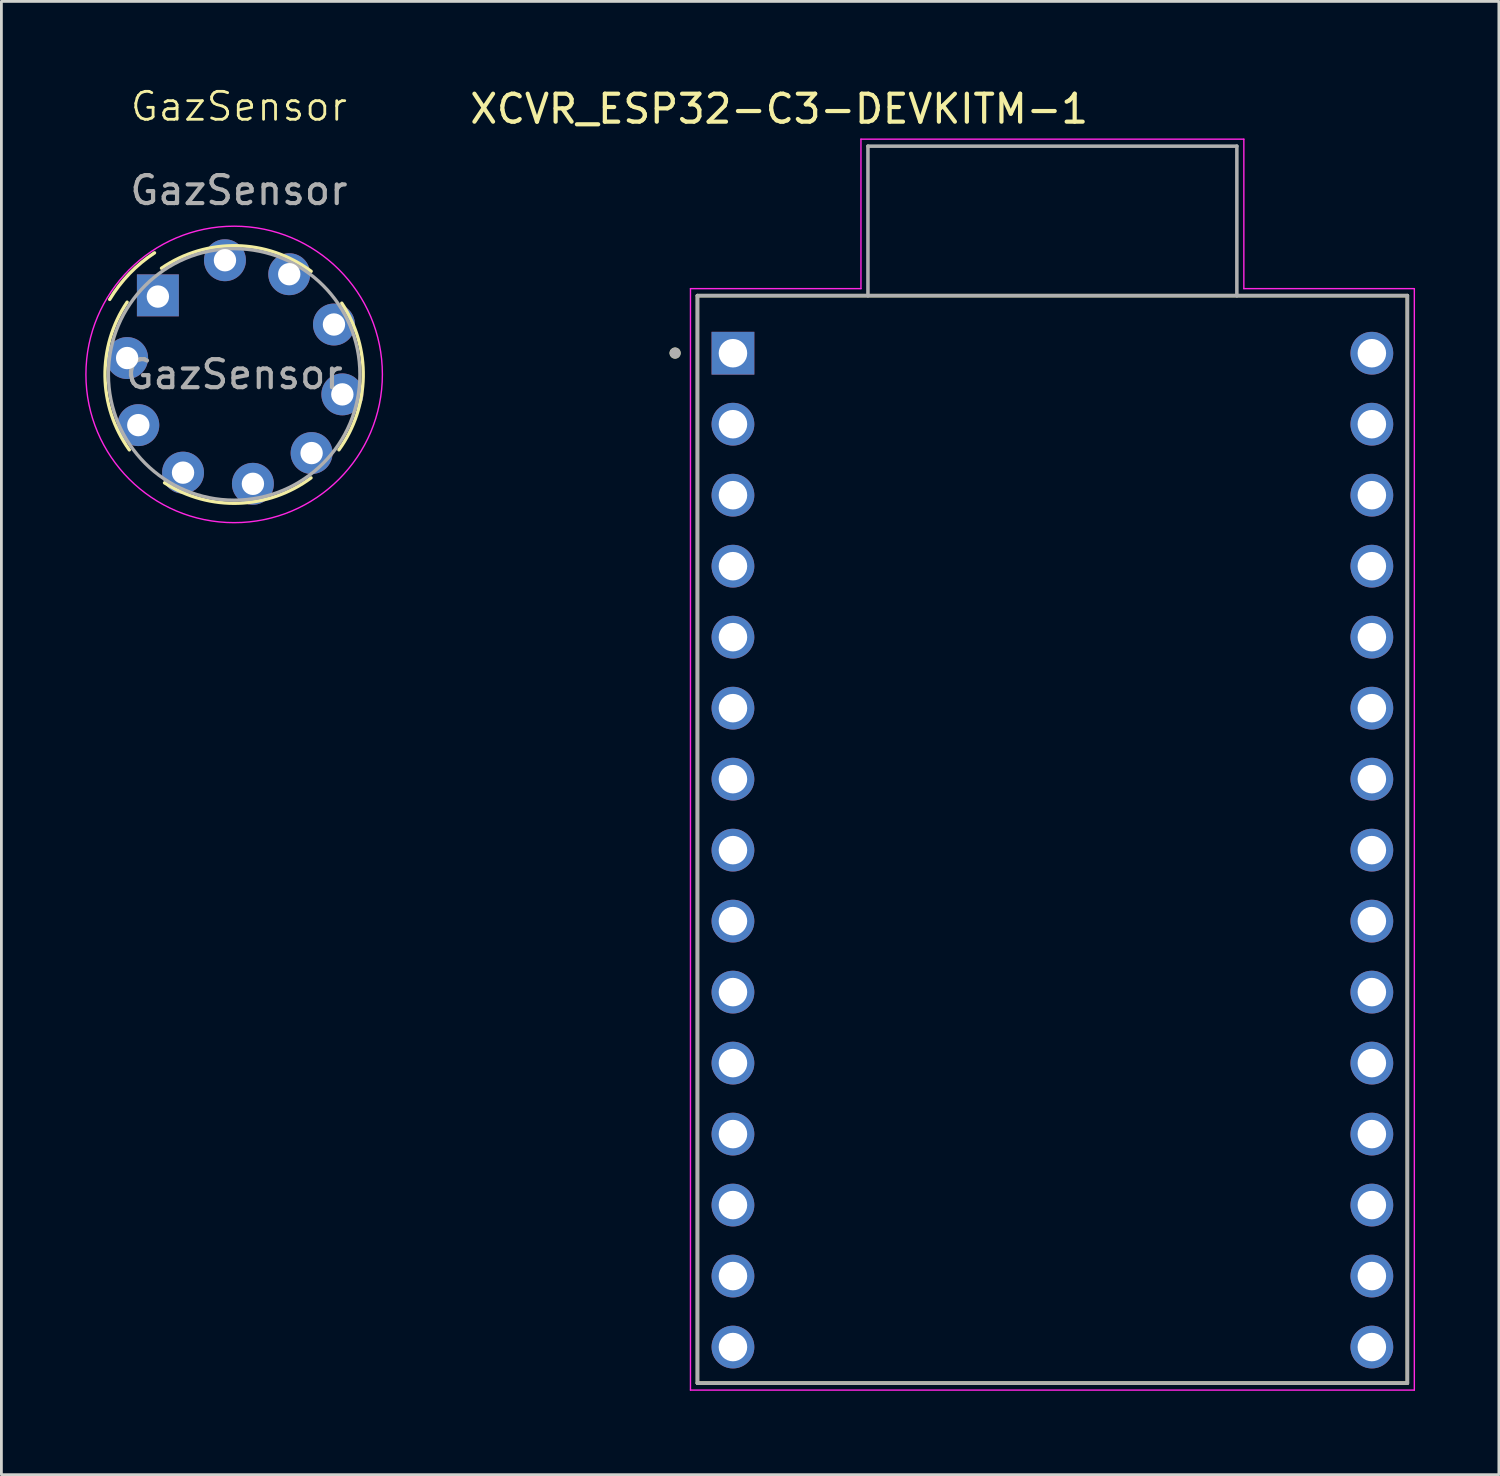
<source format=kicad_pcb>
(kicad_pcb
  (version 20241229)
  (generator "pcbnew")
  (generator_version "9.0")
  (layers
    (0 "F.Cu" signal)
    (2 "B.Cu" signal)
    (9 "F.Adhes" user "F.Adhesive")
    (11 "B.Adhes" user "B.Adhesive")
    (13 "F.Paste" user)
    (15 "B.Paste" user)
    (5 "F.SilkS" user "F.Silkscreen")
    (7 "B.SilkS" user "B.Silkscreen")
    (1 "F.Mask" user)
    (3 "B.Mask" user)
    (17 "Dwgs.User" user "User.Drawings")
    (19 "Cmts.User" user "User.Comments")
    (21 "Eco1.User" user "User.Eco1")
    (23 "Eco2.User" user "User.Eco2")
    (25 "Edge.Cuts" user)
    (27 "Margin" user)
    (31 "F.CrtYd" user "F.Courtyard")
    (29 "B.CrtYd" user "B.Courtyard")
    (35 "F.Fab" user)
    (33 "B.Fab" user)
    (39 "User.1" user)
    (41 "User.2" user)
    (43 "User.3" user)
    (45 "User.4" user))
  (footprint "XCVR_ESP32-C3-DEVKITM-1"
    (layer "F.Cu")
    (at 34.605 26.983)
    (property "Reference" "XCVR_ESP32-C3-DEVKITM-1" (at -9.775 -26.135 0) (layer "F.SilkS") (effects (font (size 1 1) (thickness 0.15))))
    (attr through_hole)
    (fp_line (start -12.7 -19.455) (end 12.7 -19.455) (stroke (width 0.127) (type solid)) (layer "F.SilkS"))
    (fp_line (start -12.7 19.455) (end -12.7 -19.455) (stroke (width 0.127) (type solid)) (layer "F.SilkS"))
    (fp_line (start 12.7 -19.455) (end 12.7 19.455) (stroke (width 0.127) (type solid)) (layer "F.SilkS"))
    (fp_line (start 12.7 19.455) (end -12.7 19.455) (stroke (width 0.127) (type solid)) (layer "F.SilkS"))
    (fp_circle (center -13.5 -17.4) (end -13.4 -17.4) (stroke (width 0.2) (type solid)) (fill no) (layer "F.SilkS"))
    (fp_line (start -12.95 -19.705) (end -12.95 19.705) (stroke (width 0.05) (type solid)) (layer "F.CrtYd"))
    (fp_line (start -12.95 19.705) (end 12.95 19.705) (stroke (width 0.05) (type solid)) (layer "F.CrtYd"))
    (fp_line (start -6.85 -25.053) (end -6.85 -19.705) (stroke (width 0.05) (type solid)) (layer "F.CrtYd"))
    (fp_line (start -6.85 -19.705) (end -12.95 -19.705) (stroke (width 0.05) (type solid)) (layer "F.CrtYd"))
    (fp_line (start 6.85 -25.053) (end -6.85 -25.053) (stroke (width 0.05) (type solid)) (layer "F.CrtYd"))
    (fp_line (start 6.85 -19.705) (end 6.85 -25.053) (stroke (width 0.05) (type solid)) (layer "F.CrtYd"))
    (fp_line (start 12.95 -19.705) (end 6.85 -19.705) (stroke (width 0.05) (type solid)) (layer "F.CrtYd"))
    (fp_line (start 12.95 19.705) (end 12.95 -19.705) (stroke (width 0.05) (type solid)) (layer "F.CrtYd"))
    (fp_line (start -12.7 -19.455) (end -6.6 -19.455) (stroke (width 0.127) (type solid)) (layer "F.Fab"))
    (fp_line (start -12.7 19.455) (end -12.7 -19.455) (stroke (width 0.127) (type solid)) (layer "F.Fab"))
    (fp_line (start -6.6 -24.803) (end 6.6 -24.803) (stroke (width 0.127) (type solid)) (layer "F.Fab"))
    (fp_line (start -6.6 -19.455) (end -6.6 -24.803) (stroke (width 0.127) (type solid)) (layer "F.Fab"))
    (fp_line (start -6.6 -19.455) (end 6.6 -19.455) (stroke (width 0.127) (type solid)) (layer "F.Fab"))
    (fp_line (start 6.6 -24.803) (end 6.6 -19.455) (stroke (width 0.127) (type solid)) (layer "F.Fab"))
    (fp_line (start 6.6 -19.455) (end 12.7 -19.455) (stroke (width 0.127) (type solid)) (layer "F.Fab"))
    (fp_line (start 12.7 -19.455) (end 12.7 19.455) (stroke (width 0.127) (type solid)) (layer "F.Fab"))
    (fp_line (start 12.7 19.455) (end -12.7 19.455) (stroke (width 0.127) (type solid)) (layer "F.Fab"))
    (fp_circle (center -13.5 -17.4) (end -13.4 -17.4) (stroke (width 0.2) (type solid)) (fill no) (layer "F.Fab"))
    (pad "1" thru_hole rect (at -11.43 -17.395) (size 1.53 1.53) (drill 1.02) (layers "*.Cu" "*.Mask"))
    (pad "2" thru_hole circle (at -11.43 -14.855) (size 1.53 1.53) (drill 1.02) (layers "*.Cu" "*.Mask"))
    (pad "3" thru_hole circle (at -11.43 -12.315) (size 1.53 1.53) (drill 1.02) (layers "*.Cu" "*.Mask"))
    (pad "4" thru_hole circle (at -11.43 -9.775) (size 1.53 1.53) (drill 1.02) (layers "*.Cu" "*.Mask"))
    (pad "5" thru_hole circle (at -11.43 -7.235) (size 1.53 1.53) (drill 1.02) (layers "*.Cu" "*.Mask"))
    (pad "6" thru_hole circle (at -11.43 -4.695) (size 1.53 1.53) (drill 1.02) (layers "*.Cu" "*.Mask"))
    (pad "7" thru_hole circle (at -11.43 -2.155) (size 1.53 1.53) (drill 1.02) (layers "*.Cu" "*.Mask"))
    (pad "8" thru_hole circle (at -11.43 0.385) (size 1.53 1.53) (drill 1.02) (layers "*.Cu" "*.Mask"))
    (pad "9" thru_hole circle (at -11.43 2.925) (size 1.53 1.53) (drill 1.02) (layers "*.Cu" "*.Mask"))
    (pad "10" thru_hole circle (at -11.43 5.465) (size 1.53 1.53) (drill 1.02) (layers "*.Cu" "*.Mask"))
    (pad "11" thru_hole circle (at -11.43 8.005) (size 1.53 1.53) (drill 1.02) (layers "*.Cu" "*.Mask"))
    (pad "12" thru_hole circle (at -11.43 10.545) (size 1.53 1.53) (drill 1.02) (layers "*.Cu" "*.Mask"))
    (pad "13" thru_hole circle (at -11.43 13.085) (size 1.53 1.53) (drill 1.02) (layers "*.Cu" "*.Mask"))
    (pad "14" thru_hole circle (at -11.43 15.625) (size 1.53 1.53) (drill 1.02) (layers "*.Cu" "*.Mask"))
    (pad "15" thru_hole circle (at -11.43 18.165) (size 1.53 1.53) (drill 1.02) (layers "*.Cu" "*.Mask"))
    (pad "16" thru_hole circle (at 11.43 -17.395) (size 1.53 1.53) (drill 1.02) (layers "*.Cu" "*.Mask"))
    (pad "17" thru_hole circle (at 11.43 -14.855) (size 1.53 1.53) (drill 1.02) (layers "*.Cu" "*.Mask"))
    (pad "18" thru_hole circle (at 11.43 -12.315) (size 1.53 1.53) (drill 1.02) (layers "*.Cu" "*.Mask"))
    (pad "19" thru_hole circle (at 11.43 -9.775) (size 1.53 1.53) (drill 1.02) (layers "*.Cu" "*.Mask"))
    (pad "20" thru_hole circle (at 11.43 -7.235) (size 1.53 1.53) (drill 1.02) (layers "*.Cu" "*.Mask"))
    (pad "21" thru_hole circle (at 11.43 -4.695) (size 1.53 1.53) (drill 1.02) (layers "*.Cu" "*.Mask"))
    (pad "22" thru_hole circle (at 11.43 -2.155) (size 1.53 1.53) (drill 1.02) (layers "*.Cu" "*.Mask"))
    (pad "23" thru_hole circle (at 11.43 0.385) (size 1.53 1.53) (drill 1.02) (layers "*.Cu" "*.Mask"))
    (pad "24" thru_hole circle (at 11.43 2.925) (size 1.53 1.53) (drill 1.02) (layers "*.Cu" "*.Mask"))
    (pad "25" thru_hole circle (at 11.43 5.465) (size 1.53 1.53) (drill 1.02) (layers "*.Cu" "*.Mask"))
    (pad "26" thru_hole circle (at 11.43 8.005) (size 1.53 1.53) (drill 1.02) (layers "*.Cu" "*.Mask"))
    (pad "27" thru_hole circle (at 11.43 10.545) (size 1.53 1.53) (drill 1.02) (layers "*.Cu" "*.Mask"))
    (pad "28" thru_hole circle (at 11.43 13.085) (size 1.53 1.53) (drill 1.02) (layers "*.Cu" "*.Mask"))
    (pad "29" thru_hole circle (at 11.43 15.625) (size 1.53 1.53) (drill 1.02) (layers "*.Cu" "*.Mask"))
    (pad "30" thru_hole circle (at 11.43 18.165) (size 1.53 1.53) (drill 1.02) (layers "*.Cu" "*.Mask")))
  (footprint "GazSensor"
    (layer "F.Cu")
    (at 5.499 10.261)
    (property "Reference" "GazSensor" (at 0 -9.5 0) (unlocked yes) (layer "F.SilkS") (effects (font (size 1 1) (thickness 0.1))))
    (attr through_hole)
    (fp_arc (start -4.625056 -2.597648) (mid -3.91663 -3.52111) (end -3.020569 -4.263891) (stroke (width 0.12) (type solid)) (layer "F.SilkS"))
    (fp_arc (start -3.920569 2.786109) (mid -4.790924 0.155536) (end -4 -2.5) (stroke (width 0.12) (type solid)) (layer "F.SilkS"))
    (fp_arc (start -2.770569 -3.713891) (mid -0.075463 -4.517254) (end 2.584162 -3.603262) (stroke (width 0.12) (type solid)) (layer "F.SilkS"))
    (fp_arc (start 2.579431 3.786109) (mid -0.0134 4.693472) (end -2.662036 3.964909) (stroke (width 0.12) (type solid)) (layer "F.SilkS"))
    (fp_arc (start 3.679431 -2.463891) (mid 4.446452 0.176207) (end 3.577015 2.78437) (stroke (width 0.12) (type solid)) (layer "F.SilkS"))
    (fp_circle (center -0.171 0.086) (end -3.971 -3.614) (stroke (width 0.05) (type solid)) (fill no) (layer "F.CrtYd"))
    (fp_arc (start -4.670569 0.086109) (mid 4.329431 0.086109) (end -4.670569 0.086109) (stroke (width 0.12) (type solid)) (layer "F.Fab"))
    (fp_text user "${REFERENCE}" (at 0 -6.5 0) (unlocked yes) (layer "F.Fab") (effects (font (size 1 1) (thickness 0.15))))
    (fp_text user "${REFERENCE}" (at -0.171 0.086 0) (layer "F.Fab") (effects (font (size 1 1) (thickness 0.15))))
    (pad "1" thru_hole rect (at -2.9 -2.7) (size 1.5 1.5) (drill 0.8 (offset 0.000001 -0.043)) (layers "*.Cu" "*.Mask"))
    (pad "2" thru_hole oval (at -0.5 -4) (size 1.5 1.5) (drill 0.8) (layers "*.Cu" "*.Mask"))
    (pad "3" thru_hole oval (at 1.8 -3.5) (size 1.5 1.5) (drill 0.8) (layers "*.Cu" "*.Mask"))
    (pad "4" thru_hole oval (at 3.4 -1.7) (size 1.5 1.5) (drill 0.8) (layers "*.Cu" "*.Mask"))
    (pad "5" thru_hole oval (at 3.7 0.8) (size 1.5 1.5) (drill 0.8) (layers "*.Cu" "*.Mask"))
    (pad "6" thru_hole oval (at 2.6 2.9) (size 1.5 1.5) (drill 0.8) (layers "*.Cu" "*.Mask"))
    (pad "7" thru_hole oval (at 0.5 4) (size 1.5 1.5) (drill 0.8) (layers "*.Cu" "*.Mask"))
    (pad "8" thru_hole oval (at -2 3.6) (size 1.5 1.5) (drill 0.8) (layers "*.Cu" "*.Mask"))
    (pad "9" thru_hole oval (at -3.6 1.9) (size 1.5 1.5) (drill 0.8) (layers "*.Cu" "*.Mask"))
    (pad "10" thru_hole oval (at -4 -0.5) (size 1.5 1.5) (drill 0.8) (layers "*.Cu" "*.Mask")))
  (gr_rect
    (start -3 -3)
    (end 50.58 49.713)
    (stroke (width 0.1) (type default))
    (fill no)
    (layer "Edge.Cuts")))
</source>
